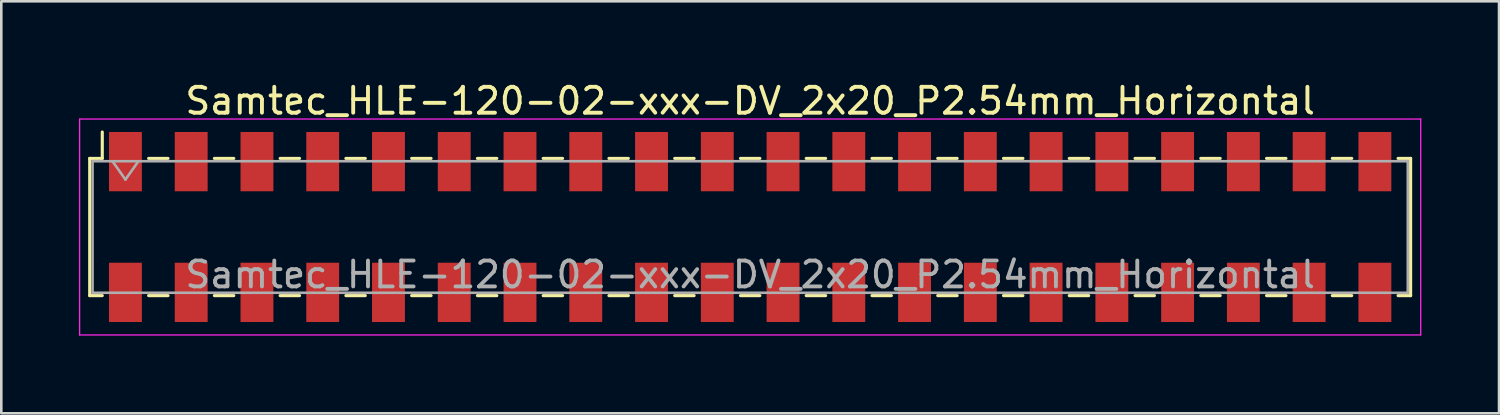
<source format=kicad_pcb>
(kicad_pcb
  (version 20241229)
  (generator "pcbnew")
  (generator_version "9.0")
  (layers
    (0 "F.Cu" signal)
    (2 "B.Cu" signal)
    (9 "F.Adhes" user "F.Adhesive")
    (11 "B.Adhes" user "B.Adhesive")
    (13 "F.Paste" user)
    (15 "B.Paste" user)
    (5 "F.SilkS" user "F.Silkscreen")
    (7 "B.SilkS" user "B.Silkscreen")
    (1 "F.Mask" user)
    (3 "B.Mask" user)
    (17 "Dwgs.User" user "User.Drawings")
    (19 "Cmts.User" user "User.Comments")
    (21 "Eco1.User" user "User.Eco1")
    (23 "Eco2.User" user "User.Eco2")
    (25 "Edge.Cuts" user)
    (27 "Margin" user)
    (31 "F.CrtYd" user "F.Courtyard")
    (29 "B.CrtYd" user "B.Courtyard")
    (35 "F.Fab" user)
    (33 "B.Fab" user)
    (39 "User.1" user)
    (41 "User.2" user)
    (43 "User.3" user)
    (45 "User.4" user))
  (footprint "Samtec_HLE-120-02-xxx-DV_2x20_P2.54mm_Horizontal"
    (layer "F.Cu")
    (at 25.925 5.718)
    (property "Reference" "Samtec_HLE-120-02-xxx-DV_2x20_P2.54mm_Horizontal" (at 0 -4.87 0) (layer "F.SilkS") (effects (font (size 1 1) (thickness 0.15))))
    (attr smd)
    (fp_line (start -25.51 -2.65) (end -25.51 2.65) (stroke (width 0.12) (type solid)) (layer "F.SilkS"))
    (fp_line (start -25.51 2.65) (end -25.025 2.65) (stroke (width 0.12) (type solid)) (layer "F.SilkS"))
    (fp_line (start -25.025 -3.67) (end -25.025 -2.65) (stroke (width 0.12) (type solid)) (layer "F.SilkS"))
    (fp_line (start -25.025 -2.65) (end -25.51 -2.65) (stroke (width 0.12) (type solid)) (layer "F.SilkS"))
    (fp_line (start -23.235 -2.65) (end -22.485 -2.65) (stroke (width 0.12) (type solid)) (layer "F.SilkS"))
    (fp_line (start -23.235 2.65) (end -22.485 2.65) (stroke (width 0.12) (type solid)) (layer "F.SilkS"))
    (fp_line (start -20.695 -2.65) (end -19.945 -2.65) (stroke (width 0.12) (type solid)) (layer "F.SilkS"))
    (fp_line (start -20.695 2.65) (end -19.945 2.65) (stroke (width 0.12) (type solid)) (layer "F.SilkS"))
    (fp_line (start -18.155 -2.65) (end -17.405 -2.65) (stroke (width 0.12) (type solid)) (layer "F.SilkS"))
    (fp_line (start -18.155 2.65) (end -17.405 2.65) (stroke (width 0.12) (type solid)) (layer "F.SilkS"))
    (fp_line (start -15.615 -2.65) (end -14.865 -2.65) (stroke (width 0.12) (type solid)) (layer "F.SilkS"))
    (fp_line (start -15.615 2.65) (end -14.865 2.65) (stroke (width 0.12) (type solid)) (layer "F.SilkS"))
    (fp_line (start -13.075 -2.65) (end -12.325 -2.65) (stroke (width 0.12) (type solid)) (layer "F.SilkS"))
    (fp_line (start -13.075 2.65) (end -12.325 2.65) (stroke (width 0.12) (type solid)) (layer "F.SilkS"))
    (fp_line (start -10.535 -2.65) (end -9.785 -2.65) (stroke (width 0.12) (type solid)) (layer "F.SilkS"))
    (fp_line (start -10.535 2.65) (end -9.785 2.65) (stroke (width 0.12) (type solid)) (layer "F.SilkS"))
    (fp_line (start -7.995 -2.65) (end -7.245 -2.65) (stroke (width 0.12) (type solid)) (layer "F.SilkS"))
    (fp_line (start -7.995 2.65) (end -7.245 2.65) (stroke (width 0.12) (type solid)) (layer "F.SilkS"))
    (fp_line (start -5.455 -2.65) (end -4.705 -2.65) (stroke (width 0.12) (type solid)) (layer "F.SilkS"))
    (fp_line (start -5.455 2.65) (end -4.705 2.65) (stroke (width 0.12) (type solid)) (layer "F.SilkS"))
    (fp_line (start -2.915 -2.65) (end -2.165 -2.65) (stroke (width 0.12) (type solid)) (layer "F.SilkS"))
    (fp_line (start -2.915 2.65) (end -2.165 2.65) (stroke (width 0.12) (type solid)) (layer "F.SilkS"))
    (fp_line (start -0.375 -2.65) (end 0.375 -2.65) (stroke (width 0.12) (type solid)) (layer "F.SilkS"))
    (fp_line (start -0.375 2.65) (end 0.375 2.65) (stroke (width 0.12) (type solid)) (layer "F.SilkS"))
    (fp_line (start 2.165 -2.65) (end 2.915 -2.65) (stroke (width 0.12) (type solid)) (layer "F.SilkS"))
    (fp_line (start 2.165 2.65) (end 2.915 2.65) (stroke (width 0.12) (type solid)) (layer "F.SilkS"))
    (fp_line (start 4.705 -2.65) (end 5.455 -2.65) (stroke (width 0.12) (type solid)) (layer "F.SilkS"))
    (fp_line (start 4.705 2.65) (end 5.455 2.65) (stroke (width 0.12) (type solid)) (layer "F.SilkS"))
    (fp_line (start 7.245 -2.65) (end 7.995 -2.65) (stroke (width 0.12) (type solid)) (layer "F.SilkS"))
    (fp_line (start 7.245 2.65) (end 7.995 2.65) (stroke (width 0.12) (type solid)) (layer "F.SilkS"))
    (fp_line (start 9.785 -2.65) (end 10.535 -2.65) (stroke (width 0.12) (type solid)) (layer "F.SilkS"))
    (fp_line (start 9.785 2.65) (end 10.535 2.65) (stroke (width 0.12) (type solid)) (layer "F.SilkS"))
    (fp_line (start 12.325 -2.65) (end 13.075 -2.65) (stroke (width 0.12) (type solid)) (layer "F.SilkS"))
    (fp_line (start 12.325 2.65) (end 13.075 2.65) (stroke (width 0.12) (type solid)) (layer "F.SilkS"))
    (fp_line (start 14.865 -2.65) (end 15.615 -2.65) (stroke (width 0.12) (type solid)) (layer "F.SilkS"))
    (fp_line (start 14.865 2.65) (end 15.615 2.65) (stroke (width 0.12) (type solid)) (layer "F.SilkS"))
    (fp_line (start 17.405 -2.65) (end 18.155 -2.65) (stroke (width 0.12) (type solid)) (layer "F.SilkS"))
    (fp_line (start 17.405 2.65) (end 18.155 2.65) (stroke (width 0.12) (type solid)) (layer "F.SilkS"))
    (fp_line (start 19.945 -2.65) (end 20.695 -2.65) (stroke (width 0.12) (type solid)) (layer "F.SilkS"))
    (fp_line (start 19.945 2.65) (end 20.695 2.65) (stroke (width 0.12) (type solid)) (layer "F.SilkS"))
    (fp_line (start 22.485 -2.65) (end 23.235 -2.65) (stroke (width 0.12) (type solid)) (layer "F.SilkS"))
    (fp_line (start 22.485 2.65) (end 23.235 2.65) (stroke (width 0.12) (type solid)) (layer "F.SilkS"))
    (fp_line (start 25.025 -2.65) (end 25.51 -2.65) (stroke (width 0.12) (type solid)) (layer "F.SilkS"))
    (fp_line (start 25.51 -2.65) (end 25.51 2.65) (stroke (width 0.12) (type solid)) (layer "F.SilkS"))
    (fp_line (start 25.51 2.65) (end 25.025 2.65) (stroke (width 0.12) (type solid)) (layer "F.SilkS"))
    (fp_line (start -25.9 -4.17) (end 25.9 -4.17) (stroke (width 0.05) (type solid)) (layer "F.CrtYd"))
    (fp_line (start -25.9 4.17) (end -25.9 -4.17) (stroke (width 0.05) (type solid)) (layer "F.CrtYd"))
    (fp_line (start 25.9 -4.17) (end 25.9 4.17) (stroke (width 0.05) (type solid)) (layer "F.CrtYd"))
    (fp_line (start 25.9 4.17) (end -25.9 4.17) (stroke (width 0.05) (type solid)) (layer "F.CrtYd"))
    (fp_line (start -25.4 -2.54) (end 25.4 -2.54) (stroke (width 0.1) (type solid)) (layer "F.Fab"))
    (fp_line (start -25.4 2.54) (end -25.4 -2.54) (stroke (width 0.1) (type solid)) (layer "F.Fab"))
    (fp_line (start -24.63 -2.54) (end -24.13 -1.833) (stroke (width 0.1) (type solid)) (layer "F.Fab"))
    (fp_line (start -24.13 -1.833) (end -23.63 -2.54) (stroke (width 0.1) (type solid)) (layer "F.Fab"))
    (fp_line (start 25.4 -2.54) (end 25.4 2.54) (stroke (width 0.1) (type solid)) (layer "F.Fab"))
    (fp_line (start 25.4 2.54) (end -25.4 2.54) (stroke (width 0.1) (type solid)) (layer "F.Fab"))
    (fp_text user "${REFERENCE}" (at 0 1.84 0) (layer "F.Fab") (effects (font (size 1 1) (thickness 0.15))))
    (pad "1" smd rect (at -24.13 -2.525) (size 1.27 2.29) (layers "F.Cu" "F.Mask" "F.Paste"))
    (pad "2" smd rect (at -24.13 2.525) (size 1.27 2.29) (layers "F.Cu" "F.Mask" "F.Paste"))
    (pad "3" smd rect (at -21.59 -2.525) (size 1.27 2.29) (layers "F.Cu" "F.Mask" "F.Paste"))
    (pad "4" smd rect (at -21.59 2.525) (size 1.27 2.29) (layers "F.Cu" "F.Mask" "F.Paste"))
    (pad "5" smd rect (at -19.05 -2.525) (size 1.27 2.29) (layers "F.Cu" "F.Mask" "F.Paste"))
    (pad "6" smd rect (at -19.05 2.525) (size 1.27 2.29) (layers "F.Cu" "F.Mask" "F.Paste"))
    (pad "7" smd rect (at -16.51 -2.525) (size 1.27 2.29) (layers "F.Cu" "F.Mask" "F.Paste"))
    (pad "8" smd rect (at -16.51 2.525) (size 1.27 2.29) (layers "F.Cu" "F.Mask" "F.Paste"))
    (pad "9" smd rect (at -13.97 -2.525) (size 1.27 2.29) (layers "F.Cu" "F.Mask" "F.Paste"))
    (pad "10" smd rect (at -13.97 2.525) (size 1.27 2.29) (layers "F.Cu" "F.Mask" "F.Paste"))
    (pad "11" smd rect (at -11.43 -2.525) (size 1.27 2.29) (layers "F.Cu" "F.Mask" "F.Paste"))
    (pad "12" smd rect (at -11.43 2.525) (size 1.27 2.29) (layers "F.Cu" "F.Mask" "F.Paste"))
    (pad "13" smd rect (at -8.89 -2.525) (size 1.27 2.29) (layers "F.Cu" "F.Mask" "F.Paste"))
    (pad "14" smd rect (at -8.89 2.525) (size 1.27 2.29) (layers "F.Cu" "F.Mask" "F.Paste"))
    (pad "15" smd rect (at -6.35 -2.525) (size 1.27 2.29) (layers "F.Cu" "F.Mask" "F.Paste"))
    (pad "16" smd rect (at -6.35 2.525) (size 1.27 2.29) (layers "F.Cu" "F.Mask" "F.Paste"))
    (pad "17" smd rect (at -3.81 -2.525) (size 1.27 2.29) (layers "F.Cu" "F.Mask" "F.Paste"))
    (pad "18" smd rect (at -3.81 2.525) (size 1.27 2.29) (layers "F.Cu" "F.Mask" "F.Paste"))
    (pad "19" smd rect (at -1.27 -2.525) (size 1.27 2.29) (layers "F.Cu" "F.Mask" "F.Paste"))
    (pad "20" smd rect (at -1.27 2.525) (size 1.27 2.29) (layers "F.Cu" "F.Mask" "F.Paste"))
    (pad "21" smd rect (at 1.27 -2.525) (size 1.27 2.29) (layers "F.Cu" "F.Mask" "F.Paste"))
    (pad "22" smd rect (at 1.27 2.525) (size 1.27 2.29) (layers "F.Cu" "F.Mask" "F.Paste"))
    (pad "23" smd rect (at 3.81 -2.525) (size 1.27 2.29) (layers "F.Cu" "F.Mask" "F.Paste"))
    (pad "24" smd rect (at 3.81 2.525) (size 1.27 2.29) (layers "F.Cu" "F.Mask" "F.Paste"))
    (pad "25" smd rect (at 6.35 -2.525) (size 1.27 2.29) (layers "F.Cu" "F.Mask" "F.Paste"))
    (pad "26" smd rect (at 6.35 2.525) (size 1.27 2.29) (layers "F.Cu" "F.Mask" "F.Paste"))
    (pad "27" smd rect (at 8.89 -2.525) (size 1.27 2.29) (layers "F.Cu" "F.Mask" "F.Paste"))
    (pad "28" smd rect (at 8.89 2.525) (size 1.27 2.29) (layers "F.Cu" "F.Mask" "F.Paste"))
    (pad "29" smd rect (at 11.43 -2.525) (size 1.27 2.29) (layers "F.Cu" "F.Mask" "F.Paste"))
    (pad "30" smd rect (at 11.43 2.525) (size 1.27 2.29) (layers "F.Cu" "F.Mask" "F.Paste"))
    (pad "31" smd rect (at 13.97 -2.525) (size 1.27 2.29) (layers "F.Cu" "F.Mask" "F.Paste"))
    (pad "32" smd rect (at 13.97 2.525) (size 1.27 2.29) (layers "F.Cu" "F.Mask" "F.Paste"))
    (pad "33" smd rect (at 16.51 -2.525) (size 1.27 2.29) (layers "F.Cu" "F.Mask" "F.Paste"))
    (pad "34" smd rect (at 16.51 2.525) (size 1.27 2.29) (layers "F.Cu" "F.Mask" "F.Paste"))
    (pad "35" smd rect (at 19.05 -2.525) (size 1.27 2.29) (layers "F.Cu" "F.Mask" "F.Paste"))
    (pad "36" smd rect (at 19.05 2.525) (size 1.27 2.29) (layers "F.Cu" "F.Mask" "F.Paste"))
    (pad "37" smd rect (at 21.59 -2.525) (size 1.27 2.29) (layers "F.Cu" "F.Mask" "F.Paste"))
    (pad "38" smd rect (at 21.59 2.525) (size 1.27 2.29) (layers "F.Cu" "F.Mask" "F.Paste"))
    (pad "39" smd rect (at 24.13 -2.525) (size 1.27 2.29) (layers "F.Cu" "F.Mask" "F.Paste"))
    (pad "40" smd rect (at 24.13 2.525) (size 1.27 2.29) (layers "F.Cu" "F.Mask" "F.Paste")))
  (gr_rect
    (start -3 -3)
    (end 54.85 12.913)
    (stroke (width 0.1) (type default))
    (fill no)
    (layer "Edge.Cuts")))
</source>
